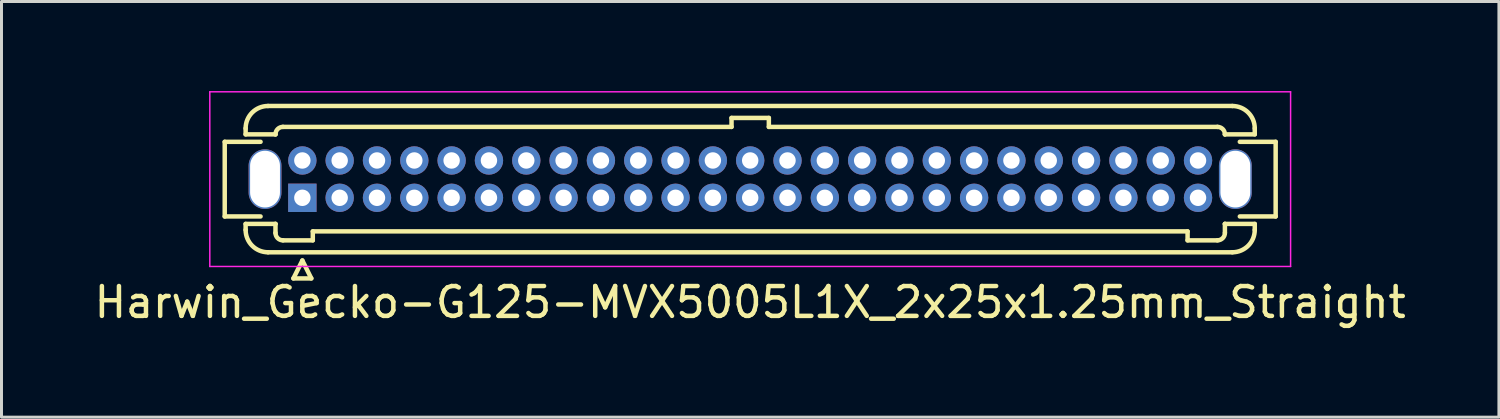
<source format=kicad_pcb>
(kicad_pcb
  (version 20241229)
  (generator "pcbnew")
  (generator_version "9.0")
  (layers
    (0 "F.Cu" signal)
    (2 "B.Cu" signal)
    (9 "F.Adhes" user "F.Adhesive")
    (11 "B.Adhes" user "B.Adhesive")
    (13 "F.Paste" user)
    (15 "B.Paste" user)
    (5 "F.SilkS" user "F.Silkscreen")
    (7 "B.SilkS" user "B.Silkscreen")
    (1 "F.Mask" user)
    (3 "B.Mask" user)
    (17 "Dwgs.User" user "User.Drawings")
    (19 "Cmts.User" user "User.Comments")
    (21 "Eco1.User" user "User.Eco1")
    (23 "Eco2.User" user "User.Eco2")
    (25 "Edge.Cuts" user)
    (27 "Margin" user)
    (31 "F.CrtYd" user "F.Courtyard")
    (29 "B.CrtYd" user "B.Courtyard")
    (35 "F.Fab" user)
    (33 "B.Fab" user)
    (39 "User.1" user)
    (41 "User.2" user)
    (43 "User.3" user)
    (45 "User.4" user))
  (footprint "Harwin_Gecko-G125-MVX5005L1X_2x25x1.25mm_Straight"
    (layer "F.Cu")
    (at 7.077 3.575)
    (property "Reference" "Harwin_Gecko-G125-MVX5005L1X_2x25x1.25mm_Straight" (at 15 3.5 0) (layer "F.SilkS") (effects (font (size 1 1) (thickness 0.15))))
    (attr through_hole)
    (fp_line (start -2.6 -1.875) (end -2.6 0.625) (stroke (width 0.15) (type solid)) (layer "F.SilkS"))
    (fp_line (start -2.6 0.625) (end -1.4 0.625) (stroke (width 0.15) (type solid)) (layer "F.SilkS"))
    (fp_line (start -1.9 -2.325) (end -1.9 -2.125) (stroke (width 0.15) (type solid)) (layer "F.SilkS"))
    (fp_line (start -1.9 -2.125) (end -0.9 -2.125) (stroke (width 0.15) (type solid)) (layer "F.SilkS"))
    (fp_line (start -1.9 0.875) (end -0.9 0.875) (stroke (width 0.15) (type solid)) (layer "F.SilkS"))
    (fp_line (start -1.9 1.075) (end -1.9 0.875) (stroke (width 0.15) (type solid)) (layer "F.SilkS"))
    (fp_line (start -1.4 -1.875) (end -2.6 -1.875) (stroke (width 0.15) (type solid)) (layer "F.SilkS"))
    (fp_line (start -1.15 -3.075) (end 31.15 -3.075) (stroke (width 0.15) (type solid)) (layer "F.SilkS"))
    (fp_line (start -1.15 1.825) (end 31.15 1.825) (stroke (width 0.15) (type solid)) (layer "F.SilkS"))
    (fp_line (start -0.9 -2.125) (end -0.9 -2.125) (stroke (width 0.15) (type solid)) (layer "F.SilkS"))
    (fp_line (start -0.9 0.875) (end -0.9 0.875) (stroke (width 0.15) (type solid)) (layer "F.SilkS"))
    (fp_line (start -0.9 1.175) (end -0.9 0.875) (stroke (width 0.15) (type solid)) (layer "F.SilkS"))
    (fp_line (start -0.65 -2.375) (end 14.375 -2.375) (stroke (width 0.15) (type solid)) (layer "F.SilkS"))
    (fp_line (start -0.65 1.425) (end 0.35 1.425) (stroke (width 0.15) (type solid)) (layer "F.SilkS"))
    (fp_line (start -0.3 2.7) (end 0.3 2.7) (stroke (width 0.15) (type solid)) (layer "F.SilkS"))
    (fp_line (start 0 2.1) (end -0.3 2.7) (stroke (width 0.15) (type solid)) (layer "F.SilkS"))
    (fp_line (start 0.3 2.7) (end 0 2.1) (stroke (width 0.15) (type solid)) (layer "F.SilkS"))
    (fp_line (start 0.35 1.125) (end 29.65 1.125) (stroke (width 0.15) (type solid)) (layer "F.SilkS"))
    (fp_line (start 0.35 1.425) (end 0.35 1.125) (stroke (width 0.15) (type solid)) (layer "F.SilkS"))
    (fp_line (start 14.375 -2.675) (end 15.625 -2.675) (stroke (width 0.15) (type solid)) (layer "F.SilkS"))
    (fp_line (start 14.375 -2.375) (end 14.375 -2.675) (stroke (width 0.15) (type solid)) (layer "F.SilkS"))
    (fp_line (start 15.625 -2.675) (end 15.625 -2.375) (stroke (width 0.15) (type solid)) (layer "F.SilkS"))
    (fp_line (start 15.625 -2.375) (end 30.65 -2.375) (stroke (width 0.15) (type solid)) (layer "F.SilkS"))
    (fp_line (start 29.65 1.125) (end 29.65 1.425) (stroke (width 0.15) (type solid)) (layer "F.SilkS"))
    (fp_line (start 29.65 1.425) (end 30.65 1.425) (stroke (width 0.15) (type solid)) (layer "F.SilkS"))
    (fp_line (start 30.9 -2.125) (end 30.9 -2.125) (stroke (width 0.15) (type solid)) (layer "F.SilkS"))
    (fp_line (start 30.9 0.875) (end 30.9 0.875) (stroke (width 0.15) (type solid)) (layer "F.SilkS"))
    (fp_line (start 30.9 1.175) (end 30.9 0.875) (stroke (width 0.15) (type solid)) (layer "F.SilkS"))
    (fp_line (start 31.4 -1.875) (end 32.6 -1.875) (stroke (width 0.15) (type solid)) (layer "F.SilkS"))
    (fp_line (start 31.9 -2.325) (end 31.9 -2.125) (stroke (width 0.15) (type solid)) (layer "F.SilkS"))
    (fp_line (start 31.9 -2.125) (end 30.9 -2.125) (stroke (width 0.15) (type solid)) (layer "F.SilkS"))
    (fp_line (start 31.9 0.875) (end 30.9 0.875) (stroke (width 0.15) (type solid)) (layer "F.SilkS"))
    (fp_line (start 31.9 1.075) (end 31.9 0.875) (stroke (width 0.15) (type solid)) (layer "F.SilkS"))
    (fp_line (start 32.6 -1.875) (end 32.6 0.625) (stroke (width 0.15) (type solid)) (layer "F.SilkS"))
    (fp_line (start 32.6 0.625) (end 31.4 0.625) (stroke (width 0.15) (type solid)) (layer "F.SilkS"))
    (fp_arc (start -1.9 -2.325) (mid -1.68033 -2.85533) (end -1.15 -3.075) (stroke (width 0.15) (type solid)) (layer "F.SilkS"))
    (fp_arc (start -1.15 1.825) (mid -1.68033 1.60533) (end -1.9 1.075) (stroke (width 0.15) (type solid)) (layer "F.SilkS"))
    (fp_arc (start -0.9 -2.125) (mid -0.826777 -2.301777) (end -0.65 -2.375) (stroke (width 0.15) (type solid)) (layer "F.SilkS"))
    (fp_arc (start -0.65 1.425) (mid -0.826777 1.351777) (end -0.9 1.175) (stroke (width 0.15) (type solid)) (layer "F.SilkS"))
    (fp_arc (start 30.65 -2.375) (mid 30.826777 -2.301777) (end 30.9 -2.125) (stroke (width 0.15) (type solid)) (layer "F.SilkS"))
    (fp_arc (start 30.9 1.175) (mid 30.826777 1.351777) (end 30.65 1.425) (stroke (width 0.15) (type solid)) (layer "F.SilkS"))
    (fp_arc (start 31.15 -3.075) (mid 31.68033 -2.85533) (end 31.9 -2.325) (stroke (width 0.15) (type solid)) (layer "F.SilkS"))
    (fp_arc (start 31.9 1.075) (mid 31.68033 1.60533) (end 31.15 1.825) (stroke (width 0.15) (type solid)) (layer "F.SilkS"))
    (fp_line (start -3.1 -3.55) (end -3.1 2.3) (stroke (width 0.05) (type solid)) (layer "F.CrtYd"))
    (fp_line (start -3.1 2.3) (end 33.1 2.3) (stroke (width 0.05) (type solid)) (layer "F.CrtYd"))
    (fp_line (start 33.1 -3.55) (end -3.1 -3.55) (stroke (width 0.05) (type solid)) (layer "F.CrtYd"))
    (fp_line (start 33.1 2.3) (end 33.1 -3.55) (stroke (width 0.05) (type solid)) (layer "F.CrtYd"))
    (pad "" np_thru_hole oval (at -1.25 -0.625) (size 1.1 2) (drill oval 1 1.9) (layers "*.Cu" "*.Mask"))
    (pad "" np_thru_hole oval (at 31.25 -0.625) (size 1.1 2) (drill oval 1 1.9) (layers "*.Cu" "*.Mask"))
    (pad "1" thru_hole rect (at 0 0) (size 0.95 0.95) (drill 0.55) (layers "*.Cu" "*.Mask"))
    (pad "2" thru_hole circle (at 0 -1.25) (size 0.95 0.95) (drill 0.55) (layers "*.Cu" "*.Mask"))
    (pad "3" thru_hole circle (at 1.25 0) (size 0.95 0.95) (drill 0.55) (layers "*.Cu" "*.Mask"))
    (pad "4" thru_hole circle (at 1.25 -1.25) (size 0.95 0.95) (drill 0.55) (layers "*.Cu" "*.Mask"))
    (pad "5" thru_hole circle (at 2.5 0) (size 0.95 0.95) (drill 0.55) (layers "*.Cu" "*.Mask"))
    (pad "6" thru_hole circle (at 2.5 -1.25) (size 0.95 0.95) (drill 0.55) (layers "*.Cu" "*.Mask"))
    (pad "7" thru_hole circle (at 3.75 0) (size 0.95 0.95) (drill 0.55) (layers "*.Cu" "*.Mask"))
    (pad "8" thru_hole circle (at 3.75 -1.25) (size 0.95 0.95) (drill 0.55) (layers "*.Cu" "*.Mask"))
    (pad "9" thru_hole circle (at 5 0) (size 0.95 0.95) (drill 0.55) (layers "*.Cu" "*.Mask"))
    (pad "10" thru_hole circle (at 5 -1.25) (size 0.95 0.95) (drill 0.55) (layers "*.Cu" "*.Mask"))
    (pad "11" thru_hole circle (at 6.25 0) (size 0.95 0.95) (drill 0.55) (layers "*.Cu" "*.Mask"))
    (pad "12" thru_hole circle (at 6.25 -1.25) (size 0.95 0.95) (drill 0.55) (layers "*.Cu" "*.Mask"))
    (pad "13" thru_hole circle (at 7.5 0) (size 0.95 0.95) (drill 0.55) (layers "*.Cu" "*.Mask"))
    (pad "14" thru_hole circle (at 7.5 -1.25) (size 0.95 0.95) (drill 0.55) (layers "*.Cu" "*.Mask"))
    (pad "15" thru_hole circle (at 8.75 0) (size 0.95 0.95) (drill 0.55) (layers "*.Cu" "*.Mask"))
    (pad "16" thru_hole circle (at 8.75 -1.25) (size 0.95 0.95) (drill 0.55) (layers "*.Cu" "*.Mask"))
    (pad "17" thru_hole circle (at 10 0) (size 0.95 0.95) (drill 0.55) (layers "*.Cu" "*.Mask"))
    (pad "18" thru_hole circle (at 10 -1.25) (size 0.95 0.95) (drill 0.55) (layers "*.Cu" "*.Mask"))
    (pad "19" thru_hole circle (at 11.25 0) (size 0.95 0.95) (drill 0.55) (layers "*.Cu" "*.Mask"))
    (pad "20" thru_hole circle (at 11.25 -1.25) (size 0.95 0.95) (drill 0.55) (layers "*.Cu" "*.Mask"))
    (pad "21" thru_hole circle (at 12.5 0) (size 0.95 0.95) (drill 0.55) (layers "*.Cu" "*.Mask"))
    (pad "22" thru_hole circle (at 12.5 -1.25) (size 0.95 0.95) (drill 0.55) (layers "*.Cu" "*.Mask"))
    (pad "23" thru_hole circle (at 13.75 0) (size 0.95 0.95) (drill 0.55) (layers "*.Cu" "*.Mask"))
    (pad "24" thru_hole circle (at 13.75 -1.25) (size 0.95 0.95) (drill 0.55) (layers "*.Cu" "*.Mask"))
    (pad "25" thru_hole circle (at 15 0) (size 0.95 0.95) (drill 0.55) (layers "*.Cu" "*.Mask"))
    (pad "26" thru_hole circle (at 15 -1.25) (size 0.95 0.95) (drill 0.55) (layers "*.Cu" "*.Mask"))
    (pad "27" thru_hole circle (at 16.25 0) (size 0.95 0.95) (drill 0.55) (layers "*.Cu" "*.Mask"))
    (pad "28" thru_hole circle (at 16.25 -1.25) (size 0.95 0.95) (drill 0.55) (layers "*.Cu" "*.Mask"))
    (pad "29" thru_hole circle (at 17.5 0) (size 0.95 0.95) (drill 0.55) (layers "*.Cu" "*.Mask"))
    (pad "30" thru_hole circle (at 17.5 -1.25) (size 0.95 0.95) (drill 0.55) (layers "*.Cu" "*.Mask"))
    (pad "31" thru_hole circle (at 18.75 0) (size 0.95 0.95) (drill 0.55) (layers "*.Cu" "*.Mask"))
    (pad "32" thru_hole circle (at 18.75 -1.25) (size 0.95 0.95) (drill 0.55) (layers "*.Cu" "*.Mask"))
    (pad "33" thru_hole circle (at 20 0) (size 0.95 0.95) (drill 0.55) (layers "*.Cu" "*.Mask"))
    (pad "34" thru_hole circle (at 20 -1.25) (size 0.95 0.95) (drill 0.55) (layers "*.Cu" "*.Mask"))
    (pad "35" thru_hole circle (at 21.25 0) (size 0.95 0.95) (drill 0.55) (layers "*.Cu" "*.Mask"))
    (pad "36" thru_hole circle (at 21.25 -1.25) (size 0.95 0.95) (drill 0.55) (layers "*.Cu" "*.Mask"))
    (pad "37" thru_hole circle (at 22.5 0) (size 0.95 0.95) (drill 0.55) (layers "*.Cu" "*.Mask"))
    (pad "38" thru_hole circle (at 22.5 -1.25) (size 0.95 0.95) (drill 0.55) (layers "*.Cu" "*.Mask"))
    (pad "39" thru_hole circle (at 23.75 0) (size 0.95 0.95) (drill 0.55) (layers "*.Cu" "*.Mask"))
    (pad "40" thru_hole circle (at 23.75 -1.25) (size 0.95 0.95) (drill 0.55) (layers "*.Cu" "*.Mask"))
    (pad "41" thru_hole circle (at 25 0) (size 0.95 0.95) (drill 0.55) (layers "*.Cu" "*.Mask"))
    (pad "42" thru_hole circle (at 25 -1.25) (size 0.95 0.95) (drill 0.55) (layers "*.Cu" "*.Mask"))
    (pad "43" thru_hole circle (at 26.25 0) (size 0.95 0.95) (drill 0.55) (layers "*.Cu" "*.Mask"))
    (pad "44" thru_hole circle (at 26.25 -1.25) (size 0.95 0.95) (drill 0.55) (layers "*.Cu" "*.Mask"))
    (pad "45" thru_hole circle (at 27.5 0) (size 0.95 0.95) (drill 0.55) (layers "*.Cu" "*.Mask"))
    (pad "46" thru_hole circle (at 27.5 -1.25) (size 0.95 0.95) (drill 0.55) (layers "*.Cu" "*.Mask"))
    (pad "47" thru_hole circle (at 28.75 0) (size 0.95 0.95) (drill 0.55) (layers "*.Cu" "*.Mask"))
    (pad "48" thru_hole circle (at 28.75 -1.25) (size 0.95 0.95) (drill 0.55) (layers "*.Cu" "*.Mask"))
    (pad "49" thru_hole circle (at 30 0) (size 0.95 0.95) (drill 0.55) (layers "*.Cu" "*.Mask"))
    (pad "50" thru_hole circle (at 30 -1.25) (size 0.95 0.95) (drill 0.55) (layers "*.Cu" "*.Mask")))
  (gr_rect
    (start -3 -3)
    (end 47.155 10.923)
    (stroke (width 0.1) (type default))
    (fill no)
    (layer "Edge.Cuts")))
</source>
